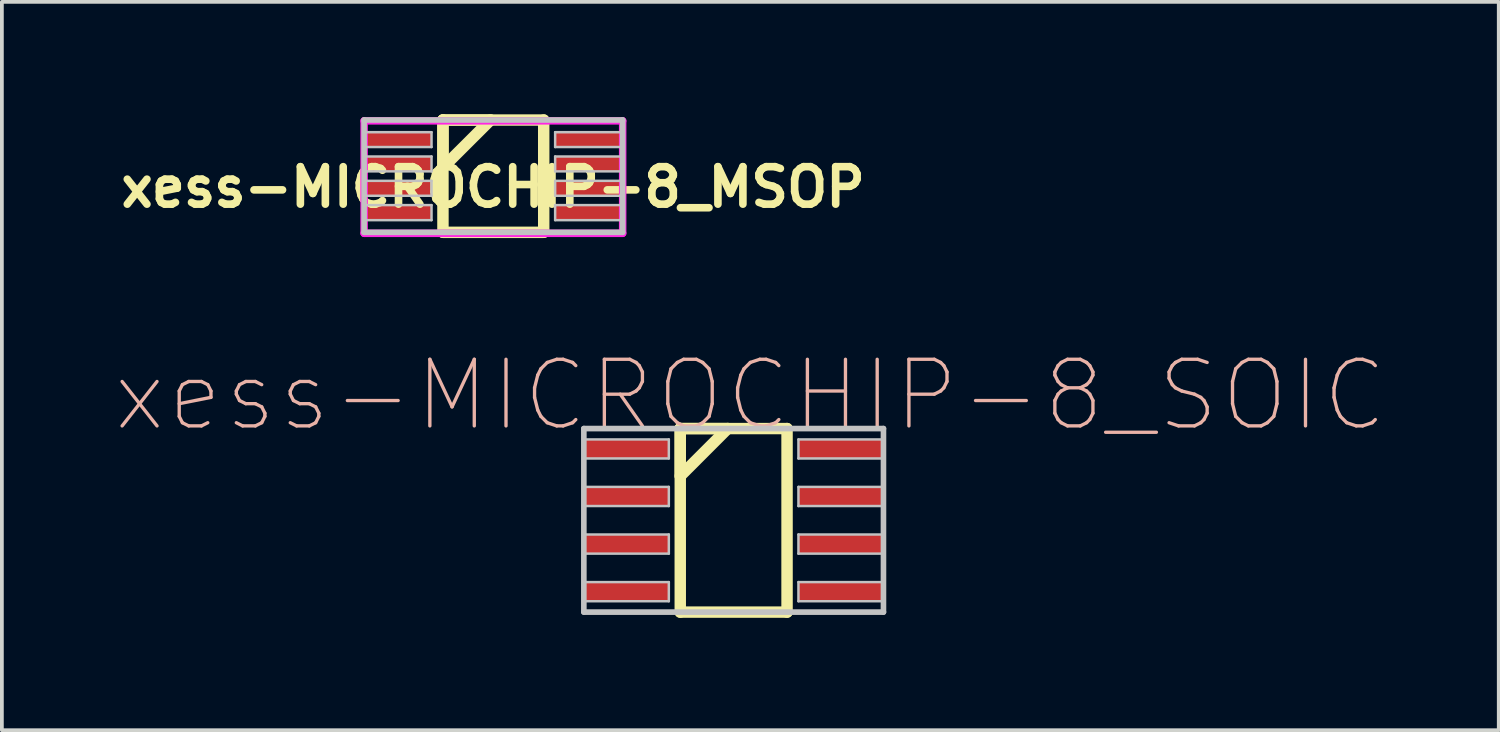
<source format=kicad_pcb>
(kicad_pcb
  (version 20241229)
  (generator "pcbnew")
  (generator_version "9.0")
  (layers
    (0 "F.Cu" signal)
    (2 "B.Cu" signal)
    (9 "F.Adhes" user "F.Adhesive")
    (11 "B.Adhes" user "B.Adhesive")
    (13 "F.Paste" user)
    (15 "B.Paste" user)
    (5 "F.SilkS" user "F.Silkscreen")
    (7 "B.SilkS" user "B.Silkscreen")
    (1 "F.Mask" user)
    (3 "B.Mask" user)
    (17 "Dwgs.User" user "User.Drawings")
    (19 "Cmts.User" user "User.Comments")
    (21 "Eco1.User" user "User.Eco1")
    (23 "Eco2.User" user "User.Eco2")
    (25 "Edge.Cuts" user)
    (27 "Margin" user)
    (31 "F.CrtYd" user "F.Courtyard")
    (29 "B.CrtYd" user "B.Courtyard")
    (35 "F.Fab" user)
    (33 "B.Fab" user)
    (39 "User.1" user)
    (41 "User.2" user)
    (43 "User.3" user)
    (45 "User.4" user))
  (footprint "xess-MICROCHIP-8_MSOP"
    (layer "F.Cu")
    (at 8.067 0.676)
    (property "Reference" "xess-MICROCHIP-8_MSOP" (at 2.042 1.27 0) (layer "F.SilkS") (effects (font (size 1 1) (thickness 0.203))))
    (attr smd)
    (fp_line (start 0.704 -0.523) (end 0.704 0.744) (stroke (width 0.305) (type solid)) (layer "F.SilkS"))
    (fp_line (start 0.704 -0.523) (end 0.704 2.474) (stroke (width 0.305) (type solid)) (layer "F.SilkS"))
    (fp_line (start 0.704 0.744) (end 1.974 -0.523) (stroke (width 0.305) (type solid)) (layer "F.SilkS"))
    (fp_line (start 0.704 2.474) (end 3.393 2.474) (stroke (width 0.305) (type solid)) (layer "F.SilkS"))
    (fp_line (start 1.974 -0.523) (end 0.704 -0.523) (stroke (width 0.305) (type solid)) (layer "F.SilkS"))
    (fp_line (start 3.393 -0.523) (end 0.704 -0.523) (stroke (width 0.305) (type solid)) (layer "F.SilkS"))
    (fp_line (start 3.393 2.474) (end 3.393 -0.523) (stroke (width 0.305) (type solid)) (layer "F.SilkS"))
    (fp_line (start -1.4 -0.523) (end -1.4 2.474) (stroke (width 0.15) (type solid)) (layer "Dwgs.User"))
    (fp_line (start -1.4 -0.198) (end 0.399 -0.198) (stroke (width 0.066) (type solid)) (layer "Dwgs.User"))
    (fp_line (start -1.4 0.198) (end -1.4 -0.198) (stroke (width 0.066) (type solid)) (layer "Dwgs.User"))
    (fp_line (start -1.4 0.198) (end 0.399 0.198) (stroke (width 0.066) (type solid)) (layer "Dwgs.User"))
    (fp_line (start -1.4 0.45) (end 0.399 0.45) (stroke (width 0.066) (type solid)) (layer "Dwgs.User"))
    (fp_line (start -1.4 0.848) (end -1.4 0.45) (stroke (width 0.066) (type solid)) (layer "Dwgs.User"))
    (fp_line (start -1.4 0.848) (end 0.399 0.848) (stroke (width 0.066) (type solid)) (layer "Dwgs.User"))
    (fp_line (start -1.4 1.1) (end 0.399 1.1) (stroke (width 0.066) (type solid)) (layer "Dwgs.User"))
    (fp_line (start -1.4 1.499) (end -1.4 1.1) (stroke (width 0.066) (type solid)) (layer "Dwgs.User"))
    (fp_line (start -1.4 1.499) (end 0.399 1.499) (stroke (width 0.066) (type solid)) (layer "Dwgs.User"))
    (fp_line (start -1.4 1.748) (end 0.399 1.748) (stroke (width 0.066) (type solid)) (layer "Dwgs.User"))
    (fp_line (start -1.4 2.149) (end -1.4 1.748) (stroke (width 0.066) (type solid)) (layer "Dwgs.User"))
    (fp_line (start -1.4 2.149) (end 0.399 2.149) (stroke (width 0.066) (type solid)) (layer "Dwgs.User"))
    (fp_line (start -1.4 2.474) (end 5.499 2.474) (stroke (width 0.15) (type solid)) (layer "Dwgs.User"))
    (fp_line (start 0.399 0.198) (end 0.399 -0.198) (stroke (width 0.066) (type solid)) (layer "Dwgs.User"))
    (fp_line (start 0.399 0.848) (end 0.399 0.45) (stroke (width 0.066) (type solid)) (layer "Dwgs.User"))
    (fp_line (start 0.399 1.499) (end 0.399 1.1) (stroke (width 0.066) (type solid)) (layer "Dwgs.User"))
    (fp_line (start 0.399 2.149) (end 0.399 1.748) (stroke (width 0.066) (type solid)) (layer "Dwgs.User"))
    (fp_line (start 3.698 -0.198) (end 5.499 -0.198) (stroke (width 0.066) (type solid)) (layer "Dwgs.User"))
    (fp_line (start 3.698 0.198) (end 3.698 -0.198) (stroke (width 0.066) (type solid)) (layer "Dwgs.User"))
    (fp_line (start 3.698 0.198) (end 5.499 0.198) (stroke (width 0.066) (type solid)) (layer "Dwgs.User"))
    (fp_line (start 3.698 0.45) (end 5.499 0.45) (stroke (width 0.066) (type solid)) (layer "Dwgs.User"))
    (fp_line (start 3.698 0.848) (end 3.698 0.45) (stroke (width 0.066) (type solid)) (layer "Dwgs.User"))
    (fp_line (start 3.698 0.848) (end 5.499 0.848) (stroke (width 0.066) (type solid)) (layer "Dwgs.User"))
    (fp_line (start 3.698 1.1) (end 5.499 1.1) (stroke (width 0.066) (type solid)) (layer "Dwgs.User"))
    (fp_line (start 3.698 1.499) (end 3.698 1.1) (stroke (width 0.066) (type solid)) (layer "Dwgs.User"))
    (fp_line (start 3.698 1.499) (end 5.499 1.499) (stroke (width 0.066) (type solid)) (layer "Dwgs.User"))
    (fp_line (start 3.698 1.748) (end 5.499 1.748) (stroke (width 0.066) (type solid)) (layer "Dwgs.User"))
    (fp_line (start 3.698 2.149) (end 3.698 1.748) (stroke (width 0.066) (type solid)) (layer "Dwgs.User"))
    (fp_line (start 3.698 2.149) (end 5.499 2.149) (stroke (width 0.066) (type solid)) (layer "Dwgs.User"))
    (fp_line (start 5.499 -0.523) (end -1.4 -0.523) (stroke (width 0.15) (type solid)) (layer "Dwgs.User"))
    (fp_line (start 5.499 0.198) (end 5.499 -0.198) (stroke (width 0.066) (type solid)) (layer "Dwgs.User"))
    (fp_line (start 5.499 0.848) (end 5.499 0.45) (stroke (width 0.066) (type solid)) (layer "Dwgs.User"))
    (fp_line (start 5.499 1.499) (end 5.499 1.1) (stroke (width 0.066) (type solid)) (layer "Dwgs.User"))
    (fp_line (start 5.499 2.149) (end 5.499 1.748) (stroke (width 0.066) (type solid)) (layer "Dwgs.User"))
    (fp_line (start 5.499 2.474) (end 5.499 -0.523) (stroke (width 0.15) (type solid)) (layer "Dwgs.User"))
    (fp_line (start -1.4 -0.5) (end -1.4 2.5) (stroke (width 0.2) (type solid)) (layer "F.CrtYd"))
    (fp_line (start -1.4 2.5) (end 5.5 2.5) (stroke (width 0.2) (type solid)) (layer "F.CrtYd"))
    (fp_line (start 5.5 -0.5) (end -1.4 -0.5) (stroke (width 0.2) (type solid)) (layer "F.CrtYd"))
    (fp_line (start 5.5 2.5) (end 5.5 -0.5) (stroke (width 0.2) (type solid)) (layer "F.CrtYd"))
    (pad "1" smd rect (at -0.498 0) (size 1.798 0.399) (layers "F.Cu" "F.Mask" "F.Paste"))
    (pad "2" smd rect (at -0.498 0.648) (size 1.798 0.399) (layers "F.Cu" "F.Mask" "F.Paste"))
    (pad "3" smd rect (at -0.498 1.298) (size 1.798 0.399) (layers "F.Cu" "F.Mask" "F.Paste"))
    (pad "4" smd rect (at -0.498 1.948) (size 1.798 0.399) (layers "F.Cu" "F.Mask" "F.Paste"))
    (pad "5" smd rect (at 4.6 1.948) (size 1.798 0.399) (layers "F.Cu" "F.Mask" "F.Paste"))
    (pad "6" smd rect (at 4.6 1.298) (size 1.798 0.399) (layers "F.Cu" "F.Mask" "F.Paste"))
    (pad "7" smd rect (at 4.6 0.648) (size 1.798 0.399) (layers "F.Cu" "F.Mask" "F.Paste"))
    (pad "8" smd rect (at 4.6 0) (size 1.798 0.399) (layers "F.Cu" "F.Mask" "F.Paste")))
  (footprint "xess-MICROCHIP-8_SOIC"
    (layer "F.Cu")
    (at 14.164 8.931)
    (property "Reference" "xess-MICROCHIP-8_SOIC" (at 2.809 -1.433 0) (layer "B.SilkS") (effects (font (size 1.778 1.778) (thickness 0.089))))
    (attr smd)
    (fp_line (start 0.94 -0.544) (end 0.94 0.724) (stroke (width 0.305) (type solid)) (layer "F.SilkS"))
    (fp_line (start 0.94 -0.544) (end 0.94 4.354) (stroke (width 0.305) (type solid)) (layer "F.SilkS"))
    (fp_line (start 0.94 0.724) (end 2.207 -0.544) (stroke (width 0.305) (type solid)) (layer "F.SilkS"))
    (fp_line (start 0.94 4.354) (end 3.79 4.354) (stroke (width 0.305) (type solid)) (layer "F.SilkS"))
    (fp_line (start 2.207 -0.544) (end 0.94 -0.544) (stroke (width 0.305) (type solid)) (layer "F.SilkS"))
    (fp_line (start 3.79 -0.544) (end 0.94 -0.544) (stroke (width 0.305) (type solid)) (layer "F.SilkS"))
    (fp_line (start 3.79 4.354) (end 3.79 -0.544) (stroke (width 0.305) (type solid)) (layer "F.SilkS"))
    (fp_line (start -1.633 -0.544) (end -1.633 4.354) (stroke (width 0.15) (type solid)) (layer "Dwgs.User"))
    (fp_line (start -1.633 -0.254) (end 0.635 -0.254) (stroke (width 0.066) (type solid)) (layer "Dwgs.User"))
    (fp_line (start -1.633 0.254) (end -1.633 -0.254) (stroke (width 0.066) (type solid)) (layer "Dwgs.User"))
    (fp_line (start -1.633 0.254) (end 0.635 0.254) (stroke (width 0.066) (type solid)) (layer "Dwgs.User"))
    (fp_line (start -1.633 1.013) (end 0.635 1.013) (stroke (width 0.066) (type solid)) (layer "Dwgs.User"))
    (fp_line (start -1.633 1.524) (end -1.633 1.013) (stroke (width 0.066) (type solid)) (layer "Dwgs.User"))
    (fp_line (start -1.633 1.524) (end 0.635 1.524) (stroke (width 0.066) (type solid)) (layer "Dwgs.User"))
    (fp_line (start -1.633 2.283) (end 0.635 2.283) (stroke (width 0.066) (type solid)) (layer "Dwgs.User"))
    (fp_line (start -1.633 2.794) (end -1.633 2.283) (stroke (width 0.066) (type solid)) (layer "Dwgs.User"))
    (fp_line (start -1.633 2.794) (end 0.635 2.794) (stroke (width 0.066) (type solid)) (layer "Dwgs.User"))
    (fp_line (start -1.633 3.553) (end 0.635 3.553) (stroke (width 0.066) (type solid)) (layer "Dwgs.User"))
    (fp_line (start -1.633 4.064) (end -1.633 3.553) (stroke (width 0.066) (type solid)) (layer "Dwgs.User"))
    (fp_line (start -1.633 4.064) (end 0.635 4.064) (stroke (width 0.066) (type solid)) (layer "Dwgs.User"))
    (fp_line (start -1.633 4.354) (end 6.363 4.354) (stroke (width 0.15) (type solid)) (layer "Dwgs.User"))
    (fp_line (start 0.635 0.254) (end 0.635 -0.254) (stroke (width 0.066) (type solid)) (layer "Dwgs.User"))
    (fp_line (start 0.635 1.524) (end 0.635 1.013) (stroke (width 0.066) (type solid)) (layer "Dwgs.User"))
    (fp_line (start 0.635 2.794) (end 0.635 2.283) (stroke (width 0.066) (type solid)) (layer "Dwgs.User"))
    (fp_line (start 0.635 4.064) (end 0.635 3.553) (stroke (width 0.066) (type solid)) (layer "Dwgs.User"))
    (fp_line (start 4.094 -0.254) (end 6.363 -0.254) (stroke (width 0.066) (type solid)) (layer "Dwgs.User"))
    (fp_line (start 4.094 0.254) (end 4.094 -0.254) (stroke (width 0.066) (type solid)) (layer "Dwgs.User"))
    (fp_line (start 4.094 0.254) (end 6.363 0.254) (stroke (width 0.066) (type solid)) (layer "Dwgs.User"))
    (fp_line (start 4.094 1.013) (end 6.363 1.013) (stroke (width 0.066) (type solid)) (layer "Dwgs.User"))
    (fp_line (start 4.094 1.524) (end 4.094 1.013) (stroke (width 0.066) (type solid)) (layer "Dwgs.User"))
    (fp_line (start 4.094 1.524) (end 6.363 1.524) (stroke (width 0.066) (type solid)) (layer "Dwgs.User"))
    (fp_line (start 4.094 2.283) (end 6.363 2.283) (stroke (width 0.066) (type solid)) (layer "Dwgs.User"))
    (fp_line (start 4.094 2.794) (end 4.094 2.283) (stroke (width 0.066) (type solid)) (layer "Dwgs.User"))
    (fp_line (start 4.094 2.794) (end 6.363 2.794) (stroke (width 0.066) (type solid)) (layer "Dwgs.User"))
    (fp_line (start 4.094 3.553) (end 6.363 3.553) (stroke (width 0.066) (type solid)) (layer "Dwgs.User"))
    (fp_line (start 4.094 4.064) (end 4.094 3.553) (stroke (width 0.066) (type solid)) (layer "Dwgs.User"))
    (fp_line (start 4.094 4.064) (end 6.363 4.064) (stroke (width 0.066) (type solid)) (layer "Dwgs.User"))
    (fp_line (start 6.363 -0.544) (end -1.633 -0.544) (stroke (width 0.15) (type solid)) (layer "Dwgs.User"))
    (fp_line (start 6.363 0.254) (end 6.363 -0.254) (stroke (width 0.066) (type solid)) (layer "Dwgs.User"))
    (fp_line (start 6.363 1.524) (end 6.363 1.013) (stroke (width 0.066) (type solid)) (layer "Dwgs.User"))
    (fp_line (start 6.363 2.794) (end 6.363 2.283) (stroke (width 0.066) (type solid)) (layer "Dwgs.User"))
    (fp_line (start 6.363 4.064) (end 6.363 3.553) (stroke (width 0.066) (type solid)) (layer "Dwgs.User"))
    (fp_line (start 6.363 4.354) (end 6.363 -0.544) (stroke (width 0.15) (type solid)) (layer "Dwgs.User"))
    (pad "1" smd rect (at -0.498 0) (size 2.268 0.508) (layers "F.Cu" "F.Mask" "F.Paste"))
    (pad "2" smd rect (at -0.498 1.27) (size 2.268 0.508) (layers "F.Cu" "F.Mask" "F.Paste"))
    (pad "3" smd rect (at -0.498 2.54) (size 2.268 0.508) (layers "F.Cu" "F.Mask" "F.Paste"))
    (pad "4" smd rect (at -0.498 3.81) (size 2.268 0.508) (layers "F.Cu" "F.Mask" "F.Paste"))
    (pad "5" smd rect (at 5.23 3.81) (size 2.268 0.508) (layers "F.Cu" "F.Mask" "F.Paste"))
    (pad "6" smd rect (at 5.23 2.54) (size 2.268 0.508) (layers "F.Cu" "F.Mask" "F.Paste"))
    (pad "7" smd rect (at 5.23 1.27) (size 2.268 0.508) (layers "F.Cu" "F.Mask" "F.Paste"))
    (pad "8" smd rect (at 5.23 0) (size 2.268 0.508) (layers "F.Cu" "F.Mask" "F.Paste")))
  (gr_rect
    (start -3 -3)
    (end 36.947 16.437)
    (stroke (width 0.1) (type default))
    (fill no)
    (layer "Edge.Cuts")))
</source>
